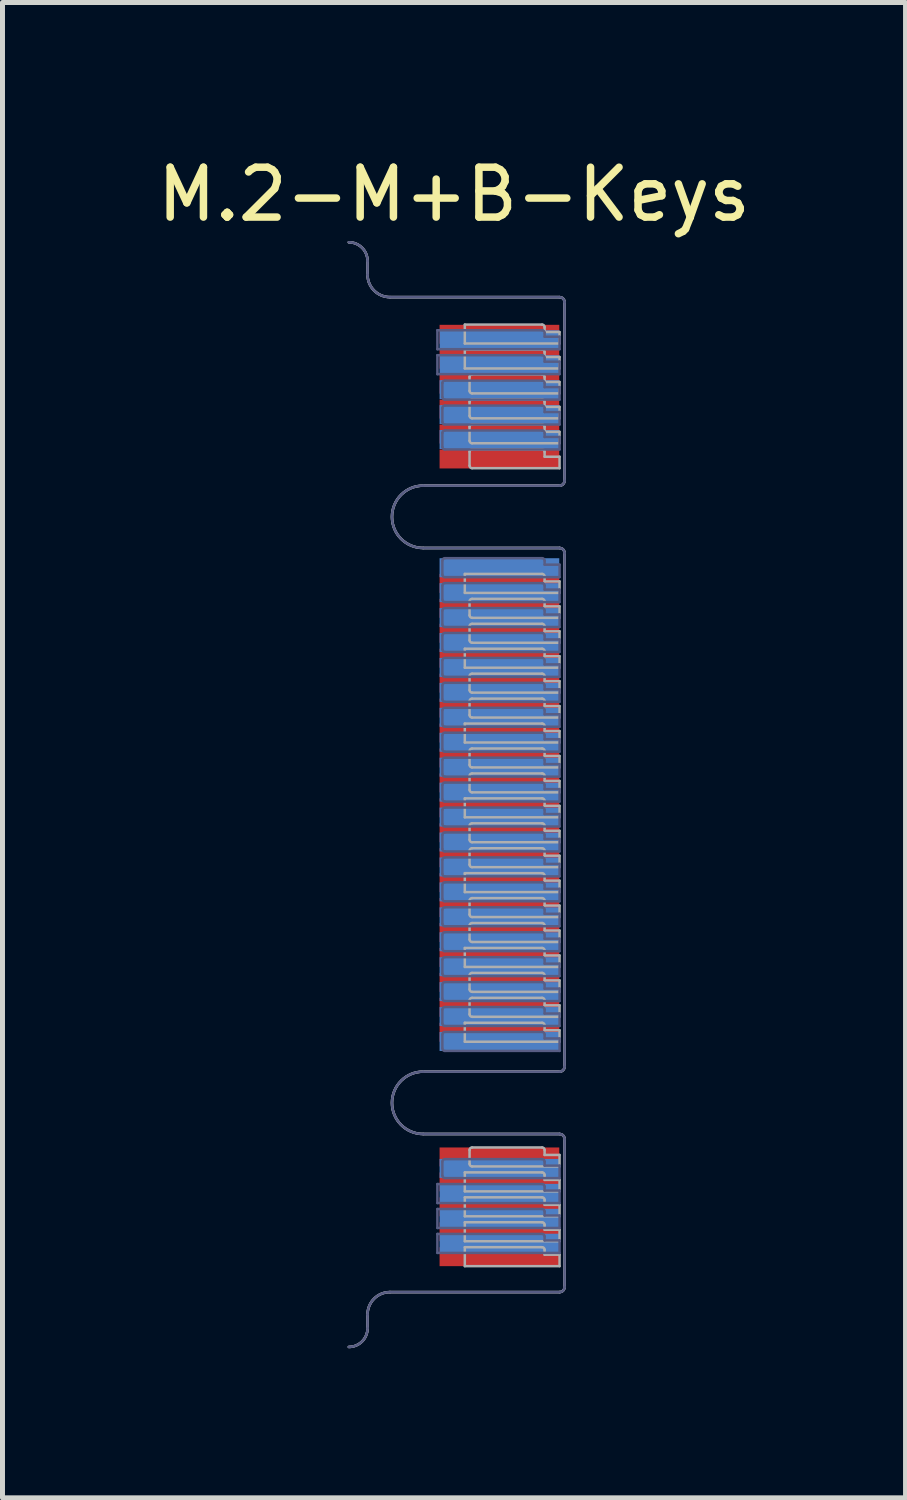
<source format=kicad_pcb>
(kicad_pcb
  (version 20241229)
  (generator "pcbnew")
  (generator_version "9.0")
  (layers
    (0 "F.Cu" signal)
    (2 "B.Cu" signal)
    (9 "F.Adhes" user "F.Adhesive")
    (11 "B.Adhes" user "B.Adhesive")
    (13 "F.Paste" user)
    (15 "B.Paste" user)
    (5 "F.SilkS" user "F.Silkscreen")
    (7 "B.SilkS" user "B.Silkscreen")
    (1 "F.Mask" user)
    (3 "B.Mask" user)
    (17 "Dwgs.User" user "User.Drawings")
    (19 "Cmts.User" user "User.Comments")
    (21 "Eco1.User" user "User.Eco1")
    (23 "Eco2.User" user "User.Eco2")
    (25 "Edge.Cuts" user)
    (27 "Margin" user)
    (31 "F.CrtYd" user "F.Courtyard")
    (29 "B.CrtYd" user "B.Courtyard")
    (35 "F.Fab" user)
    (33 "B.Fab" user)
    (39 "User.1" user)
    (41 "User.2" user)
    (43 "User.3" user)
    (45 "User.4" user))
  (footprint "M.2-M+B-Keys"
    (layer "F.Cu")
    (at 8.314 7.333)
    (property "Reference" "M.2-M+B-Keys" (at -2.261 -6.485 0) (layer "F.SilkS") (effects (font (size 1 1) (thickness 0.15))))
    (attr through_hole)
    (fp_line (start -3.994 -4.875) (end -3.994 -5.15) (stroke (width 0.05) (type solid)) (layer "B.Fab"))
    (fp_line (start -3.994 16.25) (end -3.994 15.975) (stroke (width 0.05) (type solid)) (layer "B.Fab"))
    (fp_line (start -3.544 15.525) (end -0.144 15.525) (stroke (width 0.05) (type solid)) (layer "B.Fab"))
    (fp_line (start -2.879 -0.645) (end -0.144 -0.645) (stroke (width 0.05) (type solid)) (layer "B.Fab"))
    (fp_line (start -2.879 11.105) (end -0.144 11.105) (stroke (width 0.05) (type solid)) (layer "B.Fab"))
    (fp_line (start -2.594 -3.761) (end -2.594 -3.381) (stroke (width 0.05) (type solid)) (layer "B.Fab"))
    (fp_line (start -2.594 -3.381) (end -0.144 -3.381) (stroke (width 0.05) (type solid)) (layer "B.Fab"))
    (fp_line (start -2.594 -3.261) (end -2.594 -2.881) (stroke (width 0.05) (type solid)) (layer "B.Fab"))
    (fp_line (start -2.594 -2.881) (end -0.144 -2.881) (stroke (width 0.05) (type solid)) (layer "B.Fab"))
    (fp_line (start -2.594 13.359) (end -2.594 13.739) (stroke (width 0.05) (type solid)) (layer "B.Fab"))
    (fp_line (start -2.594 13.739) (end -0.144 13.739) (stroke (width 0.05) (type solid)) (layer "B.Fab"))
    (fp_line (start -2.594 13.859) (end -2.594 14.239) (stroke (width 0.05) (type solid)) (layer "B.Fab"))
    (fp_line (start -2.594 14.239) (end -0.144 14.239) (stroke (width 0.05) (type solid)) (layer "B.Fab"))
    (fp_line (start -2.594 14.359) (end -2.594 14.739) (stroke (width 0.05) (type solid)) (layer "B.Fab"))
    (fp_line (start -2.594 14.739) (end -0.144 14.739) (stroke (width 0.05) (type solid)) (layer "B.Fab"))
    (fp_line (start -2.494 -2.421) (end -2.494 -2.701) (stroke (width 0.05) (type solid)) (layer "B.Fab"))
    (fp_line (start -2.494 -1.921) (end -2.494 -2.201) (stroke (width 0.05) (type solid)) (layer "B.Fab"))
    (fp_line (start -2.494 -1.421) (end -2.494 -1.701) (stroke (width 0.05) (type solid)) (layer "B.Fab"))
    (fp_line (start -2.494 1.139) (end -2.494 0.859) (stroke (width 0.05) (type solid)) (layer "B.Fab"))
    (fp_line (start -2.494 1.639) (end -2.494 1.359) (stroke (width 0.05) (type solid)) (layer "B.Fab"))
    (fp_line (start -2.494 2.139) (end -2.494 1.859) (stroke (width 0.05) (type solid)) (layer "B.Fab"))
    (fp_line (start -2.494 2.639) (end -2.494 2.359) (stroke (width 0.05) (type solid)) (layer "B.Fab"))
    (fp_line (start -2.494 3.139) (end -2.494 2.859) (stroke (width 0.05) (type solid)) (layer "B.Fab"))
    (fp_line (start -2.494 3.639) (end -2.494 3.359) (stroke (width 0.05) (type solid)) (layer "B.Fab"))
    (fp_line (start -2.494 4.139) (end -2.494 3.859) (stroke (width 0.05) (type solid)) (layer "B.Fab"))
    (fp_line (start -2.494 4.639) (end -2.494 4.359) (stroke (width 0.05) (type solid)) (layer "B.Fab"))
    (fp_line (start -2.494 5.139) (end -2.494 4.859) (stroke (width 0.05) (type solid)) (layer "B.Fab"))
    (fp_line (start -2.494 5.639) (end -2.494 5.359) (stroke (width 0.05) (type solid)) (layer "B.Fab"))
    (fp_line (start -2.494 6.139) (end -2.494 5.859) (stroke (width 0.05) (type solid)) (layer "B.Fab"))
    (fp_line (start -2.494 6.639) (end -2.494 6.359) (stroke (width 0.05) (type solid)) (layer "B.Fab"))
    (fp_line (start -2.494 7.139) (end -2.494 6.859) (stroke (width 0.05) (type solid)) (layer "B.Fab"))
    (fp_line (start -2.494 7.639) (end -2.494 7.359) (stroke (width 0.05) (type solid)) (layer "B.Fab"))
    (fp_line (start -2.494 8.139) (end -2.494 7.859) (stroke (width 0.05) (type solid)) (layer "B.Fab"))
    (fp_line (start -2.494 8.639) (end -2.494 8.359) (stroke (width 0.05) (type solid)) (layer "B.Fab"))
    (fp_line (start -2.494 9.139) (end -2.494 8.859) (stroke (width 0.05) (type solid)) (layer "B.Fab"))
    (fp_line (start -2.494 9.639) (end -2.494 9.359) (stroke (width 0.05) (type solid)) (layer "B.Fab"))
    (fp_line (start -2.494 10.139) (end -2.494 9.859) (stroke (width 0.05) (type solid)) (layer "B.Fab"))
    (fp_line (start -2.494 10.639) (end -2.494 10.359) (stroke (width 0.05) (type solid)) (layer "B.Fab"))
    (fp_line (start -2.494 13.189) (end -2.494 12.909) (stroke (width 0.05) (type solid)) (layer "B.Fab"))
    (fp_line (start -2.444 -2.751) (end -0.494 -2.751) (stroke (width 0.05) (type solid)) (layer "B.Fab"))
    (fp_line (start -2.444 -2.251) (end -0.494 -2.251) (stroke (width 0.05) (type solid)) (layer "B.Fab"))
    (fp_line (start -2.444 -1.751) (end -0.494 -1.751) (stroke (width 0.05) (type solid)) (layer "B.Fab"))
    (fp_line (start -2.444 0.809) (end -0.494 0.809) (stroke (width 0.05) (type solid)) (layer "B.Fab"))
    (fp_line (start -2.444 1.309) (end -0.494 1.309) (stroke (width 0.05) (type solid)) (layer "B.Fab"))
    (fp_line (start -2.444 1.809) (end -0.494 1.809) (stroke (width 0.05) (type solid)) (layer "B.Fab"))
    (fp_line (start -2.444 2.309) (end -0.494 2.309) (stroke (width 0.05) (type solid)) (layer "B.Fab"))
    (fp_line (start -2.444 2.809) (end -0.494 2.809) (stroke (width 0.05) (type solid)) (layer "B.Fab"))
    (fp_line (start -2.444 3.309) (end -0.494 3.309) (stroke (width 0.05) (type solid)) (layer "B.Fab"))
    (fp_line (start -2.444 3.809) (end -0.494 3.809) (stroke (width 0.05) (type solid)) (layer "B.Fab"))
    (fp_line (start -2.444 4.309) (end -0.494 4.309) (stroke (width 0.05) (type solid)) (layer "B.Fab"))
    (fp_line (start -2.444 4.809) (end -0.494 4.809) (stroke (width 0.05) (type solid)) (layer "B.Fab"))
    (fp_line (start -2.444 5.309) (end -0.494 5.309) (stroke (width 0.05) (type solid)) (layer "B.Fab"))
    (fp_line (start -2.444 5.809) (end -0.494 5.809) (stroke (width 0.05) (type solid)) (layer "B.Fab"))
    (fp_line (start -2.444 6.309) (end -0.494 6.309) (stroke (width 0.05) (type solid)) (layer "B.Fab"))
    (fp_line (start -2.444 6.809) (end -0.494 6.809) (stroke (width 0.05) (type solid)) (layer "B.Fab"))
    (fp_line (start -2.444 7.309) (end -0.494 7.309) (stroke (width 0.05) (type solid)) (layer "B.Fab"))
    (fp_line (start -2.444 7.809) (end -0.494 7.809) (stroke (width 0.05) (type solid)) (layer "B.Fab"))
    (fp_line (start -2.444 8.309) (end -0.494 8.309) (stroke (width 0.05) (type solid)) (layer "B.Fab"))
    (fp_line (start -2.444 8.809) (end -0.494 8.809) (stroke (width 0.05) (type solid)) (layer "B.Fab"))
    (fp_line (start -2.444 9.309) (end -0.494 9.309) (stroke (width 0.05) (type solid)) (layer "B.Fab"))
    (fp_line (start -2.444 9.809) (end -0.494 9.809) (stroke (width 0.05) (type solid)) (layer "B.Fab"))
    (fp_line (start -2.444 10.309) (end -0.494 10.309) (stroke (width 0.05) (type solid)) (layer "B.Fab"))
    (fp_line (start -2.444 12.859) (end -0.494 12.859) (stroke (width 0.05) (type solid)) (layer "B.Fab"))
    (fp_line (start -0.494 -3.761) (end -2.594 -3.761) (stroke (width 0.05) (type solid)) (layer "B.Fab"))
    (fp_line (start -0.494 -3.261) (end -2.594 -3.261) (stroke (width 0.05) (type solid)) (layer "B.Fab"))
    (fp_line (start -0.494 13.359) (end -2.594 13.359) (stroke (width 0.05) (type solid)) (layer "B.Fab"))
    (fp_line (start -0.494 13.859) (end -2.594 13.859) (stroke (width 0.05) (type solid)) (layer "B.Fab"))
    (fp_line (start -0.494 14.359) (end -2.594 14.359) (stroke (width 0.05) (type solid)) (layer "B.Fab"))
    (fp_line (start -0.444 -3.631) (end -0.444 -3.711) (stroke (width 0.05) (type solid)) (layer "B.Fab"))
    (fp_line (start -0.444 -3.131) (end -0.444 -3.211) (stroke (width 0.05) (type solid)) (layer "B.Fab"))
    (fp_line (start -0.444 -2.701) (end -0.444 -2.621) (stroke (width 0.05) (type solid)) (layer "B.Fab"))
    (fp_line (start -0.444 -2.621) (end -0.144 -2.621) (stroke (width 0.05) (type solid)) (layer "B.Fab"))
    (fp_line (start -0.444 -2.201) (end -0.444 -2.121) (stroke (width 0.05) (type solid)) (layer "B.Fab"))
    (fp_line (start -0.444 -2.121) (end -0.144 -2.121) (stroke (width 0.05) (type solid)) (layer "B.Fab"))
    (fp_line (start -0.444 -1.701) (end -0.444 -1.621) (stroke (width 0.05) (type solid)) (layer "B.Fab"))
    (fp_line (start -0.444 -1.621) (end -0.144 -1.621) (stroke (width 0.05) (type solid)) (layer "B.Fab"))
    (fp_line (start -0.444 0.859) (end -0.444 0.939) (stroke (width 0.05) (type solid)) (layer "B.Fab"))
    (fp_line (start -0.444 0.939) (end -0.144 0.939) (stroke (width 0.05) (type solid)) (layer "B.Fab"))
    (fp_line (start -0.444 1.359) (end -0.444 1.439) (stroke (width 0.05) (type solid)) (layer "B.Fab"))
    (fp_line (start -0.444 1.439) (end -0.144 1.439) (stroke (width 0.05) (type solid)) (layer "B.Fab"))
    (fp_line (start -0.444 1.859) (end -0.444 1.939) (stroke (width 0.05) (type solid)) (layer "B.Fab"))
    (fp_line (start -0.444 1.939) (end -0.144 1.939) (stroke (width 0.05) (type solid)) (layer "B.Fab"))
    (fp_line (start -0.444 2.359) (end -0.444 2.439) (stroke (width 0.05) (type solid)) (layer "B.Fab"))
    (fp_line (start -0.444 2.439) (end -0.144 2.439) (stroke (width 0.05) (type solid)) (layer "B.Fab"))
    (fp_line (start -0.444 2.859) (end -0.444 2.939) (stroke (width 0.05) (type solid)) (layer "B.Fab"))
    (fp_line (start -0.444 2.939) (end -0.144 2.939) (stroke (width 0.05) (type solid)) (layer "B.Fab"))
    (fp_line (start -0.444 3.359) (end -0.444 3.439) (stroke (width 0.05) (type solid)) (layer "B.Fab"))
    (fp_line (start -0.444 3.439) (end -0.144 3.439) (stroke (width 0.05) (type solid)) (layer "B.Fab"))
    (fp_line (start -0.444 3.859) (end -0.444 3.939) (stroke (width 0.05) (type solid)) (layer "B.Fab"))
    (fp_line (start -0.444 3.939) (end -0.144 3.939) (stroke (width 0.05) (type solid)) (layer "B.Fab"))
    (fp_line (start -0.444 4.359) (end -0.444 4.439) (stroke (width 0.05) (type solid)) (layer "B.Fab"))
    (fp_line (start -0.444 4.439) (end -0.144 4.439) (stroke (width 0.05) (type solid)) (layer "B.Fab"))
    (fp_line (start -0.444 4.859) (end -0.444 4.939) (stroke (width 0.05) (type solid)) (layer "B.Fab"))
    (fp_line (start -0.444 4.939) (end -0.144 4.939) (stroke (width 0.05) (type solid)) (layer "B.Fab"))
    (fp_line (start -0.444 5.359) (end -0.444 5.439) (stroke (width 0.05) (type solid)) (layer "B.Fab"))
    (fp_line (start -0.444 5.439) (end -0.144 5.439) (stroke (width 0.05) (type solid)) (layer "B.Fab"))
    (fp_line (start -0.444 5.859) (end -0.444 5.939) (stroke (width 0.05) (type solid)) (layer "B.Fab"))
    (fp_line (start -0.444 5.939) (end -0.144 5.939) (stroke (width 0.05) (type solid)) (layer "B.Fab"))
    (fp_line (start -0.444 6.359) (end -0.444 6.439) (stroke (width 0.05) (type solid)) (layer "B.Fab"))
    (fp_line (start -0.444 6.439) (end -0.144 6.439) (stroke (width 0.05) (type solid)) (layer "B.Fab"))
    (fp_line (start -0.444 6.859) (end -0.444 6.939) (stroke (width 0.05) (type solid)) (layer "B.Fab"))
    (fp_line (start -0.444 6.939) (end -0.144 6.939) (stroke (width 0.05) (type solid)) (layer "B.Fab"))
    (fp_line (start -0.444 7.359) (end -0.444 7.439) (stroke (width 0.05) (type solid)) (layer "B.Fab"))
    (fp_line (start -0.444 7.439) (end -0.144 7.439) (stroke (width 0.05) (type solid)) (layer "B.Fab"))
    (fp_line (start -0.444 7.859) (end -0.444 7.939) (stroke (width 0.05) (type solid)) (layer "B.Fab"))
    (fp_line (start -0.444 7.939) (end -0.144 7.939) (stroke (width 0.05) (type solid)) (layer "B.Fab"))
    (fp_line (start -0.444 8.359) (end -0.444 8.439) (stroke (width 0.05) (type solid)) (layer "B.Fab"))
    (fp_line (start -0.444 8.439) (end -0.144 8.439) (stroke (width 0.05) (type solid)) (layer "B.Fab"))
    (fp_line (start -0.444 8.859) (end -0.444 8.939) (stroke (width 0.05) (type solid)) (layer "B.Fab"))
    (fp_line (start -0.444 8.939) (end -0.144 8.939) (stroke (width 0.05) (type solid)) (layer "B.Fab"))
    (fp_line (start -0.444 9.359) (end -0.444 9.439) (stroke (width 0.05) (type solid)) (layer "B.Fab"))
    (fp_line (start -0.444 9.439) (end -0.144 9.439) (stroke (width 0.05) (type solid)) (layer "B.Fab"))
    (fp_line (start -0.444 9.859) (end -0.444 9.939) (stroke (width 0.05) (type solid)) (layer "B.Fab"))
    (fp_line (start -0.444 9.939) (end -0.144 9.939) (stroke (width 0.05) (type solid)) (layer "B.Fab"))
    (fp_line (start -0.444 10.359) (end -0.444 10.439) (stroke (width 0.05) (type solid)) (layer "B.Fab"))
    (fp_line (start -0.444 10.439) (end -0.144 10.439) (stroke (width 0.05) (type solid)) (layer "B.Fab"))
    (fp_line (start -0.444 12.909) (end -0.444 12.989) (stroke (width 0.05) (type solid)) (layer "B.Fab"))
    (fp_line (start -0.444 12.989) (end -0.144 12.989) (stroke (width 0.05) (type solid)) (layer "B.Fab"))
    (fp_line (start -0.444 13.489) (end -0.444 13.409) (stroke (width 0.05) (type solid)) (layer "B.Fab"))
    (fp_line (start -0.444 13.989) (end -0.444 13.909) (stroke (width 0.05) (type solid)) (layer "B.Fab"))
    (fp_line (start -0.444 14.489) (end -0.444 14.409) (stroke (width 0.05) (type solid)) (layer "B.Fab"))
    (fp_line (start -0.144 0.605) (end -2.879 0.605) (stroke (width 0.05) (type solid)) (layer "B.Fab"))
    (fp_line (start -0.144 12.355) (end -2.879 12.355) (stroke (width 0.05) (type solid)) (layer "B.Fab"))
    (fp_line (start -0.144 -4.425) (end -3.544 -4.425) (stroke (width 0.05) (type solid)) (layer "B.Fab"))
    (fp_line (start -0.144 -3.631) (end -0.444 -3.631) (stroke (width 0.05) (type solid)) (layer "B.Fab"))
    (fp_line (start -0.144 -3.381) (end -0.144 -3.631) (stroke (width 0.05) (type solid)) (layer "B.Fab"))
    (fp_line (start -0.144 -3.131) (end -0.444 -3.131) (stroke (width 0.05) (type solid)) (layer "B.Fab"))
    (fp_line (start -0.144 -2.881) (end -0.144 -3.131) (stroke (width 0.05) (type solid)) (layer "B.Fab"))
    (fp_line (start -0.144 -2.621) (end -0.144 -2.371) (stroke (width 0.05) (type solid)) (layer "B.Fab"))
    (fp_line (start -0.144 -2.371) (end -2.444 -2.371) (stroke (width 0.05) (type solid)) (layer "B.Fab"))
    (fp_line (start -0.144 -2.121) (end -0.144 -1.871) (stroke (width 0.05) (type solid)) (layer "B.Fab"))
    (fp_line (start -0.144 -1.871) (end -2.444 -1.871) (stroke (width 0.05) (type solid)) (layer "B.Fab"))
    (fp_line (start -0.144 -1.621) (end -0.144 -1.371) (stroke (width 0.05) (type solid)) (layer "B.Fab"))
    (fp_line (start -0.144 -1.371) (end -2.444 -1.371) (stroke (width 0.05) (type solid)) (layer "B.Fab"))
    (fp_line (start -0.144 0.939) (end -0.144 1.189) (stroke (width 0.05) (type solid)) (layer "B.Fab"))
    (fp_line (start -0.144 1.189) (end -2.444 1.189) (stroke (width 0.05) (type solid)) (layer "B.Fab"))
    (fp_line (start -0.144 1.439) (end -0.144 1.689) (stroke (width 0.05) (type solid)) (layer "B.Fab"))
    (fp_line (start -0.144 1.689) (end -2.444 1.689) (stroke (width 0.05) (type solid)) (layer "B.Fab"))
    (fp_line (start -0.144 1.939) (end -0.144 2.189) (stroke (width 0.05) (type solid)) (layer "B.Fab"))
    (fp_line (start -0.144 2.189) (end -2.444 2.189) (stroke (width 0.05) (type solid)) (layer "B.Fab"))
    (fp_line (start -0.144 2.439) (end -0.144 2.689) (stroke (width 0.05) (type solid)) (layer "B.Fab"))
    (fp_line (start -0.144 2.689) (end -2.444 2.689) (stroke (width 0.05) (type solid)) (layer "B.Fab"))
    (fp_line (start -0.144 2.939) (end -0.144 3.189) (stroke (width 0.05) (type solid)) (layer "B.Fab"))
    (fp_line (start -0.144 3.189) (end -2.444 3.189) (stroke (width 0.05) (type solid)) (layer "B.Fab"))
    (fp_line (start -0.144 3.439) (end -0.144 3.689) (stroke (width 0.05) (type solid)) (layer "B.Fab"))
    (fp_line (start -0.144 3.689) (end -2.444 3.689) (stroke (width 0.05) (type solid)) (layer "B.Fab"))
    (fp_line (start -0.144 3.939) (end -0.144 4.189) (stroke (width 0.05) (type solid)) (layer "B.Fab"))
    (fp_line (start -0.144 4.189) (end -2.444 4.189) (stroke (width 0.05) (type solid)) (layer "B.Fab"))
    (fp_line (start -0.144 4.439) (end -0.144 4.689) (stroke (width 0.05) (type solid)) (layer "B.Fab"))
    (fp_line (start -0.144 4.689) (end -2.444 4.689) (stroke (width 0.05) (type solid)) (layer "B.Fab"))
    (fp_line (start -0.144 4.939) (end -0.144 5.189) (stroke (width 0.05) (type solid)) (layer "B.Fab"))
    (fp_line (start -0.144 5.189) (end -2.444 5.189) (stroke (width 0.05) (type solid)) (layer "B.Fab"))
    (fp_line (start -0.144 5.439) (end -0.144 5.689) (stroke (width 0.05) (type solid)) (layer "B.Fab"))
    (fp_line (start -0.144 5.689) (end -2.444 5.689) (stroke (width 0.05) (type solid)) (layer "B.Fab"))
    (fp_line (start -0.144 5.939) (end -0.144 6.189) (stroke (width 0.05) (type solid)) (layer "B.Fab"))
    (fp_line (start -0.144 6.189) (end -2.444 6.189) (stroke (width 0.05) (type solid)) (layer "B.Fab"))
    (fp_line (start -0.144 6.439) (end -0.144 6.689) (stroke (width 0.05) (type solid)) (layer "B.Fab"))
    (fp_line (start -0.144 6.689) (end -2.444 6.689) (stroke (width 0.05) (type solid)) (layer "B.Fab"))
    (fp_line (start -0.144 6.939) (end -0.144 7.189) (stroke (width 0.05) (type solid)) (layer "B.Fab"))
    (fp_line (start -0.144 7.189) (end -2.444 7.189) (stroke (width 0.05) (type solid)) (layer "B.Fab"))
    (fp_line (start -0.144 7.439) (end -0.144 7.689) (stroke (width 0.05) (type solid)) (layer "B.Fab"))
    (fp_line (start -0.144 7.689) (end -2.444 7.689) (stroke (width 0.05) (type solid)) (layer "B.Fab"))
    (fp_line (start -0.144 7.939) (end -0.144 8.189) (stroke (width 0.05) (type solid)) (layer "B.Fab"))
    (fp_line (start -0.144 8.189) (end -2.444 8.189) (stroke (width 0.05) (type solid)) (layer "B.Fab"))
    (fp_line (start -0.144 8.439) (end -0.144 8.689) (stroke (width 0.05) (type solid)) (layer "B.Fab"))
    (fp_line (start -0.144 8.689) (end -2.444 8.689) (stroke (width 0.05) (type solid)) (layer "B.Fab"))
    (fp_line (start -0.144 8.939) (end -0.144 9.189) (stroke (width 0.05) (type solid)) (layer "B.Fab"))
    (fp_line (start -0.144 9.189) (end -2.444 9.189) (stroke (width 0.05) (type solid)) (layer "B.Fab"))
    (fp_line (start -0.144 9.439) (end -0.144 9.689) (stroke (width 0.05) (type solid)) (layer "B.Fab"))
    (fp_line (start -0.144 9.689) (end -2.444 9.689) (stroke (width 0.05) (type solid)) (layer "B.Fab"))
    (fp_line (start -0.144 9.939) (end -0.144 10.189) (stroke (width 0.05) (type solid)) (layer "B.Fab"))
    (fp_line (start -0.144 10.189) (end -2.444 10.189) (stroke (width 0.05) (type solid)) (layer "B.Fab"))
    (fp_line (start -0.144 10.439) (end -0.144 10.689) (stroke (width 0.05) (type solid)) (layer "B.Fab"))
    (fp_line (start -0.144 10.689) (end -2.444 10.689) (stroke (width 0.05) (type solid)) (layer "B.Fab"))
    (fp_line (start -0.144 12.989) (end -0.144 13.239) (stroke (width 0.05) (type solid)) (layer "B.Fab"))
    (fp_line (start -0.144 13.239) (end -2.444 13.239) (stroke (width 0.05) (type solid)) (layer "B.Fab"))
    (fp_line (start -0.144 13.489) (end -0.444 13.489) (stroke (width 0.05) (type solid)) (layer "B.Fab"))
    (fp_line (start -0.144 13.739) (end -0.144 13.489) (stroke (width 0.05) (type solid)) (layer "B.Fab"))
    (fp_line (start -0.144 13.989) (end -0.444 13.989) (stroke (width 0.05) (type solid)) (layer "B.Fab"))
    (fp_line (start -0.144 14.239) (end -0.144 13.989) (stroke (width 0.05) (type solid)) (layer "B.Fab"))
    (fp_line (start -0.144 14.489) (end -0.444 14.489) (stroke (width 0.05) (type solid)) (layer "B.Fab"))
    (fp_line (start -0.144 14.739) (end -0.144 14.489) (stroke (width 0.05) (type solid)) (layer "B.Fab"))
    (fp_line (start -0.044 -0.745) (end -0.044 -4.325) (stroke (width 0.05) (type solid)) (layer "B.Fab"))
    (fp_line (start -0.044 11.005) (end -0.044 0.705) (stroke (width 0.05) (type solid)) (layer "B.Fab"))
    (fp_line (start -0.044 15.425) (end -0.044 12.455) (stroke (width 0.05) (type solid)) (layer "B.Fab"))
    (fp_arc (start -4.3693 -5.5251) (mid -4.104135 -5.415265) (end -3.9943 -5.1501) (stroke (width 0.05) (type solid)) (layer "B.Fab"))
    (fp_arc (start -3.9943 15.974899) (mid -3.862498 15.656701) (end -3.5443 15.524899) (stroke (width 0.05) (type solid)) (layer "B.Fab"))
    (fp_arc (start -3.9943 16.2499) (mid -4.104135 16.515065) (end -4.3693 16.6249) (stroke (width 0.05) (type solid)) (layer "B.Fab"))
    (fp_arc (start -3.5443 -4.4251) (mid -3.862498 -4.556902) (end -3.9943 -4.8751) (stroke (width 0.05) (type solid)) (layer "B.Fab"))
    (fp_arc (start -2.879301 0.604901) (mid -3.504301 -0.020099) (end -2.879301 -0.645099) (stroke (width 0.05) (type solid)) (layer "B.Fab"))
    (fp_arc (start -2.8793 12.3549) (mid -3.5043 11.7299) (end -2.8793 11.1049) (stroke (width 0.05) (type solid)) (layer "B.Fab"))
    (fp_arc (start -2.4943 -2.70107) (mid -2.479655 -2.736425) (end -2.4443 -2.75107) (stroke (width 0.05) (type solid)) (layer "B.Fab"))
    (fp_arc (start -2.4943 -2.20107) (mid -2.479655 -2.236425) (end -2.4443 -2.25107) (stroke (width 0.05) (type solid)) (layer "B.Fab"))
    (fp_arc (start -2.4943 -1.70107) (mid -2.479655 -1.736425) (end -2.4443 -1.75107) (stroke (width 0.05) (type solid)) (layer "B.Fab"))
    (fp_arc (start -2.4943 0.85893) (mid -2.479655 0.823575) (end -2.4443 0.80893) (stroke (width 0.05) (type solid)) (layer "B.Fab"))
    (fp_arc (start -2.4943 1.35893) (mid -2.479655 1.323575) (end -2.4443 1.30893) (stroke (width 0.05) (type solid)) (layer "B.Fab"))
    (fp_arc (start -2.4943 1.85893) (mid -2.479655 1.823575) (end -2.4443 1.80893) (stroke (width 0.05) (type solid)) (layer "B.Fab"))
    (fp_arc (start -2.4943 2.35893) (mid -2.479655 2.323575) (end -2.4443 2.30893) (stroke (width 0.05) (type solid)) (layer "B.Fab"))
    (fp_arc (start -2.4943 2.85893) (mid -2.479655 2.823575) (end -2.4443 2.80893) (stroke (width 0.05) (type solid)) (layer "B.Fab"))
    (fp_arc (start -2.4943 3.35893) (mid -2.479655 3.323575) (end -2.4443 3.30893) (stroke (width 0.05) (type solid)) (layer "B.Fab"))
    (fp_arc (start -2.4943 3.85893) (mid -2.479655 3.823575) (end -2.4443 3.80893) (stroke (width 0.05) (type solid)) (layer "B.Fab"))
    (fp_arc (start -2.4943 4.35893) (mid -2.479655 4.323575) (end -2.4443 4.30893) (stroke (width 0.05) (type solid)) (layer "B.Fab"))
    (fp_arc (start -2.4943 4.85893) (mid -2.479655 4.823575) (end -2.4443 4.80893) (stroke (width 0.05) (type solid)) (layer "B.Fab"))
    (fp_arc (start -2.4943 5.35893) (mid -2.479655 5.323575) (end -2.4443 5.30893) (stroke (width 0.05) (type solid)) (layer "B.Fab"))
    (fp_arc (start -2.4943 5.858929) (mid -2.479655 5.823574) (end -2.4443 5.808929) (stroke (width 0.05) (type solid)) (layer "B.Fab"))
    (fp_arc (start -2.4943 6.358929) (mid -2.479655 6.323574) (end -2.4443 6.308929) (stroke (width 0.05) (type solid)) (layer "B.Fab"))
    (fp_arc (start -2.4943 6.858929) (mid -2.479655 6.823574) (end -2.4443 6.808929) (stroke (width 0.05) (type solid)) (layer "B.Fab"))
    (fp_arc (start -2.4943 7.358929) (mid -2.479655 7.323574) (end -2.4443 7.308929) (stroke (width 0.05) (type solid)) (layer "B.Fab"))
    (fp_arc (start -2.4943 7.858929) (mid -2.479655 7.823574) (end -2.4443 7.808929) (stroke (width 0.05) (type solid)) (layer "B.Fab"))
    (fp_arc (start -2.4943 8.358929) (mid -2.479655 8.323574) (end -2.4443 8.308929) (stroke (width 0.05) (type solid)) (layer "B.Fab"))
    (fp_arc (start -2.4943 8.858929) (mid -2.479655 8.823574) (end -2.4443 8.808929) (stroke (width 0.05) (type solid)) (layer "B.Fab"))
    (fp_arc (start -2.4943 9.358929) (mid -2.479655 9.323574) (end -2.4443 9.308929) (stroke (width 0.05) (type solid)) (layer "B.Fab"))
    (fp_arc (start -2.4943 9.858929) (mid -2.479655 9.823574) (end -2.4443 9.808929) (stroke (width 0.05) (type solid)) (layer "B.Fab"))
    (fp_arc (start -2.4943 10.358929) (mid -2.479655 10.323574) (end -2.4443 10.308929) (stroke (width 0.05) (type solid)) (layer "B.Fab"))
    (fp_arc (start -2.4943 12.908929) (mid -2.479655 12.873574) (end -2.4443 12.858929) (stroke (width 0.05) (type solid)) (layer "B.Fab"))
    (fp_arc (start -2.4443 -2.37107) (mid -2.479655 -2.385715) (end -2.4943 -2.42107) (stroke (width 0.05) (type solid)) (layer "B.Fab"))
    (fp_arc (start -2.4443 -1.87107) (mid -2.479655 -1.885715) (end -2.4943 -1.92107) (stroke (width 0.05) (type solid)) (layer "B.Fab"))
    (fp_arc (start -2.4443 -1.37107) (mid -2.479655 -1.385715) (end -2.4943 -1.42107) (stroke (width 0.05) (type solid)) (layer "B.Fab"))
    (fp_arc (start -2.4443 1.18893) (mid -2.479655 1.174285) (end -2.4943 1.13893) (stroke (width 0.05) (type solid)) (layer "B.Fab"))
    (fp_arc (start -2.4443 1.68893) (mid -2.479655 1.674285) (end -2.4943 1.63893) (stroke (width 0.05) (type solid)) (layer "B.Fab"))
    (fp_arc (start -2.4443 2.18893) (mid -2.479655 2.174285) (end -2.4943 2.13893) (stroke (width 0.05) (type solid)) (layer "B.Fab"))
    (fp_arc (start -2.4443 2.68893) (mid -2.479655 2.674285) (end -2.4943 2.63893) (stroke (width 0.05) (type solid)) (layer "B.Fab"))
    (fp_arc (start -2.4443 3.18893) (mid -2.479655 3.174285) (end -2.4943 3.13893) (stroke (width 0.05) (type solid)) (layer "B.Fab"))
    (fp_arc (start -2.4443 3.68893) (mid -2.479655 3.674285) (end -2.4943 3.63893) (stroke (width 0.05) (type solid)) (layer "B.Fab"))
    (fp_arc (start -2.4443 4.18893) (mid -2.479655 4.174285) (end -2.4943 4.13893) (stroke (width 0.05) (type solid)) (layer "B.Fab"))
    (fp_arc (start -2.4443 4.68893) (mid -2.479655 4.674285) (end -2.4943 4.63893) (stroke (width 0.05) (type solid)) (layer "B.Fab"))
    (fp_arc (start -2.4443 5.18893) (mid -2.479655 5.174285) (end -2.4943 5.13893) (stroke (width 0.05) (type solid)) (layer "B.Fab"))
    (fp_arc (start -2.4443 5.688929) (mid -2.479655 5.674284) (end -2.4943 5.638929) (stroke (width 0.05) (type solid)) (layer "B.Fab"))
    (fp_arc (start -2.4443 6.188929) (mid -2.479655 6.174284) (end -2.4943 6.138929) (stroke (width 0.05) (type solid)) (layer "B.Fab"))
    (fp_arc (start -2.4443 6.688929) (mid -2.479655 6.674284) (end -2.4943 6.638929) (stroke (width 0.05) (type solid)) (layer "B.Fab"))
    (fp_arc (start -2.4443 7.188929) (mid -2.479655 7.174284) (end -2.4943 7.138929) (stroke (width 0.05) (type solid)) (layer "B.Fab"))
    (fp_arc (start -2.4443 7.688929) (mid -2.479655 7.674284) (end -2.4943 7.638929) (stroke (width 0.05) (type solid)) (layer "B.Fab"))
    (fp_arc (start -2.4443 8.188929) (mid -2.479655 8.174284) (end -2.4943 8.138929) (stroke (width 0.05) (type solid)) (layer "B.Fab"))
    (fp_arc (start -2.4443 8.688929) (mid -2.479655 8.674284) (end -2.4943 8.638929) (stroke (width 0.05) (type solid)) (layer "B.Fab"))
    (fp_arc (start -2.4443 9.188929) (mid -2.479655 9.174284) (end -2.4943 9.138929) (stroke (width 0.05) (type solid)) (layer "B.Fab"))
    (fp_arc (start -2.4443 9.688929) (mid -2.479655 9.674284) (end -2.4943 9.638929) (stroke (width 0.05) (type solid)) (layer "B.Fab"))
    (fp_arc (start -2.4443 10.188929) (mid -2.479655 10.174284) (end -2.4943 10.138929) (stroke (width 0.05) (type solid)) (layer "B.Fab"))
    (fp_arc (start -2.4443 10.688929) (mid -2.479655 10.674284) (end -2.4943 10.638929) (stroke (width 0.05) (type solid)) (layer "B.Fab"))
    (fp_arc (start -2.4443 13.238929) (mid -2.479655 13.224284) (end -2.4943 13.188929) (stroke (width 0.05) (type solid)) (layer "B.Fab"))
    (fp_arc (start -0.4943 -3.76107) (mid -0.458945 -3.746425) (end -0.4443 -3.71107) (stroke (width 0.05) (type solid)) (layer "B.Fab"))
    (fp_arc (start -0.4943 -3.26107) (mid -0.458945 -3.246425) (end -0.4443 -3.21107) (stroke (width 0.05) (type solid)) (layer "B.Fab"))
    (fp_arc (start -0.4943 -2.75107) (mid -0.458945 -2.736425) (end -0.4443 -2.70107) (stroke (width 0.05) (type solid)) (layer "B.Fab"))
    (fp_arc (start -0.4943 -2.25107) (mid -0.458945 -2.236425) (end -0.4443 -2.20107) (stroke (width 0.05) (type solid)) (layer "B.Fab"))
    (fp_arc (start -0.4943 -1.75107) (mid -0.458945 -1.736425) (end -0.4443 -1.70107) (stroke (width 0.05) (type solid)) (layer "B.Fab"))
    (fp_arc (start -0.4943 0.80893) (mid -0.458945 0.823575) (end -0.4443 0.85893) (stroke (width 0.05) (type solid)) (layer "B.Fab"))
    (fp_arc (start -0.4943 1.30893) (mid -0.458945 1.323575) (end -0.4443 1.35893) (stroke (width 0.05) (type solid)) (layer "B.Fab"))
    (fp_arc (start -0.4943 1.80893) (mid -0.458945 1.823575) (end -0.4443 1.85893) (stroke (width 0.05) (type solid)) (layer "B.Fab"))
    (fp_arc (start -0.4943 2.30893) (mid -0.458945 2.323575) (end -0.4443 2.35893) (stroke (width 0.05) (type solid)) (layer "B.Fab"))
    (fp_arc (start -0.4943 2.80893) (mid -0.458945 2.823575) (end -0.4443 2.85893) (stroke (width 0.05) (type solid)) (layer "B.Fab"))
    (fp_arc (start -0.4943 3.30893) (mid -0.458945 3.323575) (end -0.4443 3.35893) (stroke (width 0.05) (type solid)) (layer "B.Fab"))
    (fp_arc (start -0.4943 3.80893) (mid -0.458945 3.823575) (end -0.4443 3.85893) (stroke (width 0.05) (type solid)) (layer "B.Fab"))
    (fp_arc (start -0.4943 4.30893) (mid -0.458945 4.323575) (end -0.4443 4.35893) (stroke (width 0.05) (type solid)) (layer "B.Fab"))
    (fp_arc (start -0.4943 4.80893) (mid -0.458945 4.823575) (end -0.4443 4.85893) (stroke (width 0.05) (type solid)) (layer "B.Fab"))
    (fp_arc (start -0.4943 5.30893) (mid -0.458945 5.323575) (end -0.4443 5.35893) (stroke (width 0.05) (type solid)) (layer "B.Fab"))
    (fp_arc (start -0.4943 5.808929) (mid -0.458945 5.823574) (end -0.4443 5.858929) (stroke (width 0.05) (type solid)) (layer "B.Fab"))
    (fp_arc (start -0.4943 6.308929) (mid -0.458945 6.323574) (end -0.4443 6.358929) (stroke (width 0.05) (type solid)) (layer "B.Fab"))
    (fp_arc (start -0.4943 6.808929) (mid -0.458945 6.823574) (end -0.4443 6.858929) (stroke (width 0.05) (type solid)) (layer "B.Fab"))
    (fp_arc (start -0.4943 7.308929) (mid -0.458945 7.323574) (end -0.4443 7.358929) (stroke (width 0.05) (type solid)) (layer "B.Fab"))
    (fp_arc (start -0.4943 7.808929) (mid -0.458945 7.823574) (end -0.4443 7.858929) (stroke (width 0.05) (type solid)) (layer "B.Fab"))
    (fp_arc (start -0.4943 8.308929) (mid -0.458945 8.323574) (end -0.4443 8.358929) (stroke (width 0.05) (type solid)) (layer "B.Fab"))
    (fp_arc (start -0.4943 8.808929) (mid -0.458945 8.823574) (end -0.4443 8.858929) (stroke (width 0.05) (type solid)) (layer "B.Fab"))
    (fp_arc (start -0.4943 9.308929) (mid -0.458945 9.323574) (end -0.4443 9.358929) (stroke (width 0.05) (type solid)) (layer "B.Fab"))
    (fp_arc (start -0.4943 9.808929) (mid -0.458945 9.823574) (end -0.4443 9.858929) (stroke (width 0.05) (type solid)) (layer "B.Fab"))
    (fp_arc (start -0.4943 10.308929) (mid -0.458945 10.323574) (end -0.4443 10.358929) (stroke (width 0.05) (type solid)) (layer "B.Fab"))
    (fp_arc (start -0.4943 12.858929) (mid -0.458945 12.873574) (end -0.4443 12.908929) (stroke (width 0.05) (type solid)) (layer "B.Fab"))
    (fp_arc (start -0.4943 13.358929) (mid -0.458945 13.373574) (end -0.4443 13.408929) (stroke (width 0.05) (type solid)) (layer "B.Fab"))
    (fp_arc (start -0.4943 13.858929) (mid -0.458945 13.873574) (end -0.4443 13.908929) (stroke (width 0.05) (type solid)) (layer "B.Fab"))
    (fp_arc (start -0.4943 14.358929) (mid -0.458945 14.373574) (end -0.4443 14.408929) (stroke (width 0.05) (type solid)) (layer "B.Fab"))
    (fp_arc (start -0.144301 0.604901) (mid -0.07359 0.63419) (end -0.044301 0.704901) (stroke (width 0.05) (type solid)) (layer "B.Fab"))
    (fp_arc (start -0.1443 -4.4251) (mid -0.073589 -4.395811) (end -0.0443 -4.3251) (stroke (width 0.05) (type solid)) (layer "B.Fab"))
    (fp_arc (start -0.1443 12.354901) (mid -0.07359 12.38419) (end -0.044301 12.4549) (stroke (width 0.05) (type solid)) (layer "B.Fab"))
    (fp_arc (start -0.044301 -0.745099) (mid -0.07359 -0.674388) (end -0.144301 -0.645099) (stroke (width 0.05) (type solid)) (layer "B.Fab"))
    (fp_arc (start -0.044301 11.004901) (mid -0.073591 11.075611) (end -0.144301 11.104899) (stroke (width 0.05) (type solid)) (layer "B.Fab"))
    (fp_arc (start -0.044299 15.424899) (mid -0.073589 15.49561) (end -0.1443 15.5249) (stroke (width 0.05) (type solid)) (layer "B.Fab"))
    (fp_line (start -3.994 -4.875) (end -3.994 -5.15) (stroke (width 0.05) (type solid)) (layer "F.Fab"))
    (fp_line (start -3.994 -4.875) (end -3.994 -5.15) (stroke (width 0.05) (type solid)) (layer "F.Fab"))
    (fp_line (start -3.994 16.25) (end -3.994 15.975) (stroke (width 0.05) (type solid)) (layer "F.Fab"))
    (fp_line (start -3.994 16.25) (end -3.994 15.975) (stroke (width 0.05) (type solid)) (layer "F.Fab"))
    (fp_line (start -3.544 15.525) (end -0.144 15.525) (stroke (width 0.05) (type solid)) (layer "F.Fab"))
    (fp_line (start -3.544 15.525) (end -0.144 15.525) (stroke (width 0.05) (type solid)) (layer "F.Fab"))
    (fp_line (start -2.879 -0.645) (end -0.144 -0.645) (stroke (width 0.05) (type solid)) (layer "F.Fab"))
    (fp_line (start -2.879 -0.645) (end -0.144 -0.645) (stroke (width 0.05) (type solid)) (layer "F.Fab"))
    (fp_line (start -2.879 11.105) (end -0.144 11.105) (stroke (width 0.05) (type solid)) (layer "F.Fab"))
    (fp_line (start -2.879 11.105) (end -0.144 11.105) (stroke (width 0.05) (type solid)) (layer "F.Fab"))
    (fp_line (start -2.044 -3.875) (end -0.494 -3.875) (stroke (width 0.05) (type solid)) (layer "F.Fab"))
    (fp_line (start -2.044 -3.495) (end -2.044 -3.875) (stroke (width 0.05) (type solid)) (layer "F.Fab"))
    (fp_line (start -2.044 -3.375) (end -0.494 -3.375) (stroke (width 0.05) (type solid)) (layer "F.Fab"))
    (fp_line (start -2.044 -2.995) (end -2.044 -3.375) (stroke (width 0.05) (type solid)) (layer "F.Fab"))
    (fp_line (start -2.044 1.125) (end -0.494 1.125) (stroke (width 0.05) (type solid)) (layer "F.Fab"))
    (fp_line (start -2.044 1.505) (end -2.044 1.125) (stroke (width 0.05) (type solid)) (layer "F.Fab"))
    (fp_line (start -2.044 2.625) (end -0.494 2.625) (stroke (width 0.05) (type solid)) (layer "F.Fab"))
    (fp_line (start -2.044 3.005) (end -2.044 2.625) (stroke (width 0.05) (type solid)) (layer "F.Fab"))
    (fp_line (start -2.044 4.125) (end -0.494 4.125) (stroke (width 0.05) (type solid)) (layer "F.Fab"))
    (fp_line (start -2.044 4.505) (end -2.044 4.125) (stroke (width 0.05) (type solid)) (layer "F.Fab"))
    (fp_line (start -2.044 5.625) (end -0.494 5.625) (stroke (width 0.05) (type solid)) (layer "F.Fab"))
    (fp_line (start -2.044 6.005) (end -2.044 5.625) (stroke (width 0.05) (type solid)) (layer "F.Fab"))
    (fp_line (start -2.044 7.125) (end -0.494 7.125) (stroke (width 0.05) (type solid)) (layer "F.Fab"))
    (fp_line (start -2.044 7.505) (end -2.044 7.125) (stroke (width 0.05) (type solid)) (layer "F.Fab"))
    (fp_line (start -2.044 8.625) (end -0.494 8.625) (stroke (width 0.05) (type solid)) (layer "F.Fab"))
    (fp_line (start -2.044 9.005) (end -2.044 8.625) (stroke (width 0.05) (type solid)) (layer "F.Fab"))
    (fp_line (start -2.044 10.125) (end -0.494 10.125) (stroke (width 0.05) (type solid)) (layer "F.Fab"))
    (fp_line (start -2.044 10.505) (end -2.044 10.125) (stroke (width 0.05) (type solid)) (layer "F.Fab"))
    (fp_line (start -2.044 13.125) (end -0.494 13.125) (stroke (width 0.05) (type solid)) (layer "F.Fab"))
    (fp_line (start -2.044 13.505) (end -2.044 13.125) (stroke (width 0.05) (type solid)) (layer "F.Fab"))
    (fp_line (start -2.044 13.625) (end -0.494 13.625) (stroke (width 0.05) (type solid)) (layer "F.Fab"))
    (fp_line (start -2.044 14.005) (end -2.044 13.625) (stroke (width 0.05) (type solid)) (layer "F.Fab"))
    (fp_line (start -2.044 14.125) (end -0.494 14.125) (stroke (width 0.05) (type solid)) (layer "F.Fab"))
    (fp_line (start -2.044 14.505) (end -2.044 14.125) (stroke (width 0.05) (type solid)) (layer "F.Fab"))
    (fp_line (start -2.044 14.625) (end -0.494 14.625) (stroke (width 0.05) (type solid)) (layer "F.Fab"))
    (fp_line (start -2.044 15.005) (end -2.044 14.625) (stroke (width 0.05) (type solid)) (layer "F.Fab"))
    (fp_line (start -1.949 -2.545) (end -1.949 -2.825) (stroke (width 0.05) (type solid)) (layer "F.Fab"))
    (fp_line (start -1.949 -2.045) (end -1.949 -2.325) (stroke (width 0.05) (type solid)) (layer "F.Fab"))
    (fp_line (start -1.949 -1.545) (end -1.949 -1.825) (stroke (width 0.05) (type solid)) (layer "F.Fab"))
    (fp_line (start -1.949 -1.045) (end -1.949 -1.325) (stroke (width 0.05) (type solid)) (layer "F.Fab"))
    (fp_line (start -1.949 1.955) (end -1.949 1.675) (stroke (width 0.05) (type solid)) (layer "F.Fab"))
    (fp_line (start -1.949 2.455) (end -1.949 2.175) (stroke (width 0.05) (type solid)) (layer "F.Fab"))
    (fp_line (start -1.949 3.455) (end -1.949 3.175) (stroke (width 0.05) (type solid)) (layer "F.Fab"))
    (fp_line (start -1.949 3.955) (end -1.949 3.675) (stroke (width 0.05) (type solid)) (layer "F.Fab"))
    (fp_line (start -1.949 4.955) (end -1.949 4.675) (stroke (width 0.05) (type solid)) (layer "F.Fab"))
    (fp_line (start -1.949 5.455) (end -1.949 5.175) (stroke (width 0.05) (type solid)) (layer "F.Fab"))
    (fp_line (start -1.949 6.455) (end -1.949 6.175) (stroke (width 0.05) (type solid)) (layer "F.Fab"))
    (fp_line (start -1.949 6.955) (end -1.949 6.675) (stroke (width 0.05) (type solid)) (layer "F.Fab"))
    (fp_line (start -1.949 7.955) (end -1.949 7.675) (stroke (width 0.05) (type solid)) (layer "F.Fab"))
    (fp_line (start -1.949 8.455) (end -1.949 8.175) (stroke (width 0.05) (type solid)) (layer "F.Fab"))
    (fp_line (start -1.949 9.455) (end -1.949 9.175) (stroke (width 0.05) (type solid)) (layer "F.Fab"))
    (fp_line (start -1.949 9.955) (end -1.949 9.675) (stroke (width 0.05) (type solid)) (layer "F.Fab"))
    (fp_line (start -1.949 12.955) (end -1.949 12.675) (stroke (width 0.05) (type solid)) (layer "F.Fab"))
    (fp_line (start -1.899 -2.875) (end -0.494 -2.875) (stroke (width 0.05) (type solid)) (layer "F.Fab"))
    (fp_line (start -1.899 -2.375) (end -0.494 -2.375) (stroke (width 0.05) (type solid)) (layer "F.Fab"))
    (fp_line (start -1.899 -1.875) (end -0.494 -1.875) (stroke (width 0.05) (type solid)) (layer "F.Fab"))
    (fp_line (start -1.899 -1.375) (end -0.494 -1.375) (stroke (width 0.05) (type solid)) (layer "F.Fab"))
    (fp_line (start -1.899 1.625) (end -0.494 1.625) (stroke (width 0.05) (type solid)) (layer "F.Fab"))
    (fp_line (start -1.899 2.125) (end -0.494 2.125) (stroke (width 0.05) (type solid)) (layer "F.Fab"))
    (fp_line (start -1.899 3.125) (end -0.494 3.125) (stroke (width 0.05) (type solid)) (layer "F.Fab"))
    (fp_line (start -1.899 3.625) (end -0.494 3.625) (stroke (width 0.05) (type solid)) (layer "F.Fab"))
    (fp_line (start -1.899 4.625) (end -0.494 4.625) (stroke (width 0.05) (type solid)) (layer "F.Fab"))
    (fp_line (start -1.899 5.125) (end -0.494 5.125) (stroke (width 0.05) (type solid)) (layer "F.Fab"))
    (fp_line (start -1.899 6.125) (end -0.494 6.125) (stroke (width 0.05) (type solid)) (layer "F.Fab"))
    (fp_line (start -1.899 6.625) (end -0.494 6.625) (stroke (width 0.05) (type solid)) (layer "F.Fab"))
    (fp_line (start -1.899 7.625) (end -0.494 7.625) (stroke (width 0.05) (type solid)) (layer "F.Fab"))
    (fp_line (start -1.899 8.125) (end -0.494 8.125) (stroke (width 0.05) (type solid)) (layer "F.Fab"))
    (fp_line (start -1.899 9.125) (end -0.494 9.125) (stroke (width 0.05) (type solid)) (layer "F.Fab"))
    (fp_line (start -1.899 9.625) (end -0.494 9.625) (stroke (width 0.05) (type solid)) (layer "F.Fab"))
    (fp_line (start -1.899 12.625) (end -0.494 12.625) (stroke (width 0.05) (type solid)) (layer "F.Fab"))
    (fp_line (start -0.444 -3.825) (end -0.444 -3.725) (stroke (width 0.05) (type solid)) (layer "F.Fab"))
    (fp_line (start -0.444 -3.725) (end -0.144 -3.725) (stroke (width 0.05) (type solid)) (layer "F.Fab"))
    (fp_line (start -0.444 -3.325) (end -0.444 -3.225) (stroke (width 0.05) (type solid)) (layer "F.Fab"))
    (fp_line (start -0.444 -3.225) (end -0.144 -3.225) (stroke (width 0.05) (type solid)) (layer "F.Fab"))
    (fp_line (start -0.444 -2.825) (end -0.444 -2.725) (stroke (width 0.05) (type solid)) (layer "F.Fab"))
    (fp_line (start -0.444 -2.725) (end -0.144 -2.725) (stroke (width 0.05) (type solid)) (layer "F.Fab"))
    (fp_line (start -0.444 -2.325) (end -0.444 -2.225) (stroke (width 0.05) (type solid)) (layer "F.Fab"))
    (fp_line (start -0.444 -2.225) (end -0.144 -2.225) (stroke (width 0.05) (type solid)) (layer "F.Fab"))
    (fp_line (start -0.444 -1.825) (end -0.444 -1.725) (stroke (width 0.05) (type solid)) (layer "F.Fab"))
    (fp_line (start -0.444 -1.725) (end -0.144 -1.725) (stroke (width 0.05) (type solid)) (layer "F.Fab"))
    (fp_line (start -0.444 -1.325) (end -0.444 -1.225) (stroke (width 0.05) (type solid)) (layer "F.Fab"))
    (fp_line (start -0.444 -1.225) (end -0.144 -1.225) (stroke (width 0.05) (type solid)) (layer "F.Fab"))
    (fp_line (start -0.444 1.175) (end -0.444 1.275) (stroke (width 0.05) (type solid)) (layer "F.Fab"))
    (fp_line (start -0.444 1.275) (end -0.144 1.275) (stroke (width 0.05) (type solid)) (layer "F.Fab"))
    (fp_line (start -0.444 1.675) (end -0.444 1.775) (stroke (width 0.05) (type solid)) (layer "F.Fab"))
    (fp_line (start -0.444 1.775) (end -0.144 1.775) (stroke (width 0.05) (type solid)) (layer "F.Fab"))
    (fp_line (start -0.444 2.175) (end -0.444 2.275) (stroke (width 0.05) (type solid)) (layer "F.Fab"))
    (fp_line (start -0.444 2.275) (end -0.144 2.275) (stroke (width 0.05) (type solid)) (layer "F.Fab"))
    (fp_line (start -0.444 2.675) (end -0.444 2.775) (stroke (width 0.05) (type solid)) (layer "F.Fab"))
    (fp_line (start -0.444 2.775) (end -0.144 2.775) (stroke (width 0.05) (type solid)) (layer "F.Fab"))
    (fp_line (start -0.444 3.175) (end -0.444 3.275) (stroke (width 0.05) (type solid)) (layer "F.Fab"))
    (fp_line (start -0.444 3.275) (end -0.144 3.275) (stroke (width 0.05) (type solid)) (layer "F.Fab"))
    (fp_line (start -0.444 3.675) (end -0.444 3.775) (stroke (width 0.05) (type solid)) (layer "F.Fab"))
    (fp_line (start -0.444 3.775) (end -0.144 3.775) (stroke (width 0.05) (type solid)) (layer "F.Fab"))
    (fp_line (start -0.444 4.175) (end -0.444 4.275) (stroke (width 0.05) (type solid)) (layer "F.Fab"))
    (fp_line (start -0.444 4.275) (end -0.144 4.275) (stroke (width 0.05) (type solid)) (layer "F.Fab"))
    (fp_line (start -0.444 4.675) (end -0.444 4.775) (stroke (width 0.05) (type solid)) (layer "F.Fab"))
    (fp_line (start -0.444 4.775) (end -0.144 4.775) (stroke (width 0.05) (type solid)) (layer "F.Fab"))
    (fp_line (start -0.444 5.175) (end -0.444 5.275) (stroke (width 0.05) (type solid)) (layer "F.Fab"))
    (fp_line (start -0.444 5.275) (end -0.144 5.275) (stroke (width 0.05) (type solid)) (layer "F.Fab"))
    (fp_line (start -0.444 5.675) (end -0.444 5.775) (stroke (width 0.05) (type solid)) (layer "F.Fab"))
    (fp_line (start -0.444 5.775) (end -0.144 5.775) (stroke (width 0.05) (type solid)) (layer "F.Fab"))
    (fp_line (start -0.444 6.175) (end -0.444 6.275) (stroke (width 0.05) (type solid)) (layer "F.Fab"))
    (fp_line (start -0.444 6.275) (end -0.144 6.275) (stroke (width 0.05) (type solid)) (layer "F.Fab"))
    (fp_line (start -0.444 6.675) (end -0.444 6.775) (stroke (width 0.05) (type solid)) (layer "F.Fab"))
    (fp_line (start -0.444 6.775) (end -0.144 6.775) (stroke (width 0.05) (type solid)) (layer "F.Fab"))
    (fp_line (start -0.444 7.175) (end -0.444 7.275) (stroke (width 0.05) (type solid)) (layer "F.Fab"))
    (fp_line (start -0.444 7.275) (end -0.144 7.275) (stroke (width 0.05) (type solid)) (layer "F.Fab"))
    (fp_line (start -0.444 7.675) (end -0.444 7.775) (stroke (width 0.05) (type solid)) (layer "F.Fab"))
    (fp_line (start -0.444 7.775) (end -0.144 7.775) (stroke (width 0.05) (type solid)) (layer "F.Fab"))
    (fp_line (start -0.444 8.175) (end -0.444 8.275) (stroke (width 0.05) (type solid)) (layer "F.Fab"))
    (fp_line (start -0.444 8.275) (end -0.144 8.275) (stroke (width 0.05) (type solid)) (layer "F.Fab"))
    (fp_line (start -0.444 8.675) (end -0.444 8.775) (stroke (width 0.05) (type solid)) (layer "F.Fab"))
    (fp_line (start -0.444 8.775) (end -0.144 8.775) (stroke (width 0.05) (type solid)) (layer "F.Fab"))
    (fp_line (start -0.444 9.175) (end -0.444 9.275) (stroke (width 0.05) (type solid)) (layer "F.Fab"))
    (fp_line (start -0.444 9.275) (end -0.144 9.275) (stroke (width 0.05) (type solid)) (layer "F.Fab"))
    (fp_line (start -0.444 9.675) (end -0.444 9.775) (stroke (width 0.05) (type solid)) (layer "F.Fab"))
    (fp_line (start -0.444 9.775) (end -0.144 9.775) (stroke (width 0.05) (type solid)) (layer "F.Fab"))
    (fp_line (start -0.444 10.175) (end -0.444 10.275) (stroke (width 0.05) (type solid)) (layer "F.Fab"))
    (fp_line (start -0.444 10.275) (end -0.144 10.275) (stroke (width 0.05) (type solid)) (layer "F.Fab"))
    (fp_line (start -0.444 12.675) (end -0.444 12.775) (stroke (width 0.05) (type solid)) (layer "F.Fab"))
    (fp_line (start -0.444 12.775) (end -0.144 12.775) (stroke (width 0.05) (type solid)) (layer "F.Fab"))
    (fp_line (start -0.444 13.175) (end -0.444 13.275) (stroke (width 0.05) (type solid)) (layer "F.Fab"))
    (fp_line (start -0.444 13.275) (end -0.144 13.275) (stroke (width 0.05) (type solid)) (layer "F.Fab"))
    (fp_line (start -0.444 13.675) (end -0.444 13.775) (stroke (width 0.05) (type solid)) (layer "F.Fab"))
    (fp_line (start -0.444 13.775) (end -0.144 13.775) (stroke (width 0.05) (type solid)) (layer "F.Fab"))
    (fp_line (start -0.444 14.175) (end -0.444 14.275) (stroke (width 0.05) (type solid)) (layer "F.Fab"))
    (fp_line (start -0.444 14.275) (end -0.144 14.275) (stroke (width 0.05) (type solid)) (layer "F.Fab"))
    (fp_line (start -0.444 14.675) (end -0.444 14.775) (stroke (width 0.05) (type solid)) (layer "F.Fab"))
    (fp_line (start -0.444 14.775) (end -0.144 14.775) (stroke (width 0.05) (type solid)) (layer "F.Fab"))
    (fp_line (start -0.144 -3.725) (end -0.144 -3.495) (stroke (width 0.05) (type solid)) (layer "F.Fab"))
    (fp_line (start -0.144 -3.495) (end -2.044 -3.495) (stroke (width 0.05) (type solid)) (layer "F.Fab"))
    (fp_line (start -0.144 -3.225) (end -0.144 -2.995) (stroke (width 0.05) (type solid)) (layer "F.Fab"))
    (fp_line (start -0.144 -2.995) (end -2.044 -2.995) (stroke (width 0.05) (type solid)) (layer "F.Fab"))
    (fp_line (start -0.144 -2.725) (end -0.144 -2.495) (stroke (width 0.05) (type solid)) (layer "F.Fab"))
    (fp_line (start -0.144 -2.495) (end -1.899 -2.495) (stroke (width 0.05) (type solid)) (layer "F.Fab"))
    (fp_line (start -0.144 -2.225) (end -0.144 -1.995) (stroke (width 0.05) (type solid)) (layer "F.Fab"))
    (fp_line (start -0.144 -1.995) (end -1.899 -1.995) (stroke (width 0.05) (type solid)) (layer "F.Fab"))
    (fp_line (start -0.144 -1.725) (end -0.144 -1.495) (stroke (width 0.05) (type solid)) (layer "F.Fab"))
    (fp_line (start -0.144 -1.495) (end -1.899 -1.495) (stroke (width 0.05) (type solid)) (layer "F.Fab"))
    (fp_line (start -0.144 -1.225) (end -0.144 -0.995) (stroke (width 0.05) (type solid)) (layer "F.Fab"))
    (fp_line (start -0.144 -0.995) (end -1.899 -0.995) (stroke (width 0.05) (type solid)) (layer "F.Fab"))
    (fp_line (start -0.144 0.605) (end -2.879 0.605) (stroke (width 0.05) (type solid)) (layer "F.Fab"))
    (fp_line (start -0.144 0.605) (end -2.879 0.605) (stroke (width 0.05) (type solid)) (layer "F.Fab"))
    (fp_line (start -0.144 1.275) (end -0.144 1.505) (stroke (width 0.05) (type solid)) (layer "F.Fab"))
    (fp_line (start -0.144 1.505) (end -2.044 1.505) (stroke (width 0.05) (type solid)) (layer "F.Fab"))
    (fp_line (start -0.144 1.775) (end -0.144 2.005) (stroke (width 0.05) (type solid)) (layer "F.Fab"))
    (fp_line (start -0.144 2.005) (end -1.899 2.005) (stroke (width 0.05) (type solid)) (layer "F.Fab"))
    (fp_line (start -0.144 2.275) (end -0.144 2.505) (stroke (width 0.05) (type solid)) (layer "F.Fab"))
    (fp_line (start -0.144 2.505) (end -1.899 2.505) (stroke (width 0.05) (type solid)) (layer "F.Fab"))
    (fp_line (start -0.144 2.775) (end -0.144 3.005) (stroke (width 0.05) (type solid)) (layer "F.Fab"))
    (fp_line (start -0.144 3.005) (end -2.044 3.005) (stroke (width 0.05) (type solid)) (layer "F.Fab"))
    (fp_line (start -0.144 3.275) (end -0.144 3.505) (stroke (width 0.05) (type solid)) (layer "F.Fab"))
    (fp_line (start -0.144 3.505) (end -1.899 3.505) (stroke (width 0.05) (type solid)) (layer "F.Fab"))
    (fp_line (start -0.144 3.775) (end -0.144 4.005) (stroke (width 0.05) (type solid)) (layer "F.Fab"))
    (fp_line (start -0.144 4.005) (end -1.899 4.005) (stroke (width 0.05) (type solid)) (layer "F.Fab"))
    (fp_line (start -0.144 4.275) (end -0.144 4.505) (stroke (width 0.05) (type solid)) (layer "F.Fab"))
    (fp_line (start -0.144 4.505) (end -2.044 4.505) (stroke (width 0.05) (type solid)) (layer "F.Fab"))
    (fp_line (start -0.144 4.775) (end -0.144 5.005) (stroke (width 0.05) (type solid)) (layer "F.Fab"))
    (fp_line (start -0.144 5.005) (end -1.899 5.005) (stroke (width 0.05) (type solid)) (layer "F.Fab"))
    (fp_line (start -0.144 5.275) (end -0.144 5.505) (stroke (width 0.05) (type solid)) (layer "F.Fab"))
    (fp_line (start -0.144 5.505) (end -1.899 5.505) (stroke (width 0.05) (type solid)) (layer "F.Fab"))
    (fp_line (start -0.144 5.775) (end -0.144 6.005) (stroke (width 0.05) (type solid)) (layer "F.Fab"))
    (fp_line (start -0.144 6.005) (end -2.044 6.005) (stroke (width 0.05) (type solid)) (layer "F.Fab"))
    (fp_line (start -0.144 6.275) (end -0.144 6.505) (stroke (width 0.05) (type solid)) (layer "F.Fab"))
    (fp_line (start -0.144 6.505) (end -1.899 6.505) (stroke (width 0.05) (type solid)) (layer "F.Fab"))
    (fp_line (start -0.144 6.775) (end -0.144 7.005) (stroke (width 0.05) (type solid)) (layer "F.Fab"))
    (fp_line (start -0.144 7.005) (end -1.899 7.005) (stroke (width 0.05) (type solid)) (layer "F.Fab"))
    (fp_line (start -0.144 7.275) (end -0.144 7.505) (stroke (width 0.05) (type solid)) (layer "F.Fab"))
    (fp_line (start -0.144 7.505) (end -2.044 7.505) (stroke (width 0.05) (type solid)) (layer "F.Fab"))
    (fp_line (start -0.144 7.775) (end -0.144 8.005) (stroke (width 0.05) (type solid)) (layer "F.Fab"))
    (fp_line (start -0.144 8.005) (end -1.899 8.005) (stroke (width 0.05) (type solid)) (layer "F.Fab"))
    (fp_line (start -0.144 8.275) (end -0.144 8.505) (stroke (width 0.05) (type solid)) (layer "F.Fab"))
    (fp_line (start -0.144 8.505) (end -1.899 8.505) (stroke (width 0.05) (type solid)) (layer "F.Fab"))
    (fp_line (start -0.144 8.775) (end -0.144 9.005) (stroke (width 0.05) (type solid)) (layer "F.Fab"))
    (fp_line (start -0.144 9.005) (end -2.044 9.005) (stroke (width 0.05) (type solid)) (layer "F.Fab"))
    (fp_line (start -0.144 9.275) (end -0.144 9.505) (stroke (width 0.05) (type solid)) (layer "F.Fab"))
    (fp_line (start -0.144 9.505) (end -1.899 9.505) (stroke (width 0.05) (type solid)) (layer "F.Fab"))
    (fp_line (start -0.144 9.775) (end -0.144 10.005) (stroke (width 0.05) (type solid)) (layer "F.Fab"))
    (fp_line (start -0.144 10.005) (end -1.899 10.005) (stroke (width 0.05) (type solid)) (layer "F.Fab"))
    (fp_line (start -0.144 10.275) (end -0.144 10.505) (stroke (width 0.05) (type solid)) (layer "F.Fab"))
    (fp_line (start -0.144 10.505) (end -2.044 10.505) (stroke (width 0.05) (type solid)) (layer "F.Fab"))
    (fp_line (start -0.144 12.355) (end -2.879 12.355) (stroke (width 0.05) (type solid)) (layer "F.Fab"))
    (fp_line (start -0.144 12.355) (end -2.879 12.355) (stroke (width 0.05) (type solid)) (layer "F.Fab"))
    (fp_line (start -0.144 12.775) (end -0.144 13.005) (stroke (width 0.05) (type solid)) (layer "F.Fab"))
    (fp_line (start -0.144 13.005) (end -1.899 13.005) (stroke (width 0.05) (type solid)) (layer "F.Fab"))
    (fp_line (start -0.144 -4.425) (end -3.544 -4.425) (stroke (width 0.05) (type solid)) (layer "F.Fab"))
    (fp_line (start -0.144 -4.425) (end -3.544 -4.425) (stroke (width 0.05) (type solid)) (layer "F.Fab"))
    (fp_line (start -0.144 13.275) (end -0.144 13.505) (stroke (width 0.05) (type solid)) (layer "F.Fab"))
    (fp_line (start -0.144 13.505) (end -2.044 13.505) (stroke (width 0.05) (type solid)) (layer "F.Fab"))
    (fp_line (start -0.144 13.775) (end -0.144 14.005) (stroke (width 0.05) (type solid)) (layer "F.Fab"))
    (fp_line (start -0.144 14.005) (end -2.044 14.005) (stroke (width 0.05) (type solid)) (layer "F.Fab"))
    (fp_line (start -0.144 14.275) (end -0.144 14.505) (stroke (width 0.05) (type solid)) (layer "F.Fab"))
    (fp_line (start -0.144 14.505) (end -2.044 14.505) (stroke (width 0.05) (type solid)) (layer "F.Fab"))
    (fp_line (start -0.144 14.775) (end -0.144 15.005) (stroke (width 0.05) (type solid)) (layer "F.Fab"))
    (fp_line (start -0.144 15.005) (end -2.044 15.005) (stroke (width 0.05) (type solid)) (layer "F.Fab"))
    (fp_line (start -0.044 -0.745) (end -0.044 -4.325) (stroke (width 0.05) (type solid)) (layer "F.Fab"))
    (fp_line (start -0.044 -0.745) (end -0.044 -4.325) (stroke (width 0.05) (type solid)) (layer "F.Fab"))
    (fp_line (start -0.044 11.005) (end -0.044 0.705) (stroke (width 0.05) (type solid)) (layer "F.Fab"))
    (fp_line (start -0.044 11.005) (end -0.044 0.705) (stroke (width 0.05) (type solid)) (layer "F.Fab"))
    (fp_line (start -0.044 15.425) (end -0.044 12.455) (stroke (width 0.05) (type solid)) (layer "F.Fab"))
    (fp_line (start -0.044 15.425) (end -0.044 12.455) (stroke (width 0.05) (type solid)) (layer "F.Fab"))
    (fp_arc (start -4.3693 -5.5251) (mid -4.104135 -5.415265) (end -3.9943 -5.1501) (stroke (width 0.05) (type solid)) (layer "F.Fab"))
    (fp_arc (start -4.3693 -5.5251) (mid -4.104135 -5.415265) (end -3.9943 -5.1501) (stroke (width 0.05) (type solid)) (layer "F.Fab"))
    (fp_arc (start -3.994301 16.2499) (mid -4.104136 16.515064) (end -4.3693 16.624899) (stroke (width 0.05) (type solid)) (layer "F.Fab"))
    (fp_arc (start -3.9943 15.974899) (mid -3.862498 15.656701) (end -3.5443 15.524899) (stroke (width 0.05) (type solid)) (layer "F.Fab"))
    (fp_arc (start -3.9943 16.2499) (mid -4.104135 16.515065) (end -4.3693 16.6249) (stroke (width 0.05) (type solid)) (layer "F.Fab"))
    (fp_arc (start -3.994299 15.974899) (mid -3.862497 15.656702) (end -3.5443 15.5249) (stroke (width 0.05) (type solid)) (layer "F.Fab"))
    (fp_arc (start -3.5443 -4.4251) (mid -3.862498 -4.556902) (end -3.9943 -4.8751) (stroke (width 0.05) (type solid)) (layer "F.Fab"))
    (fp_arc (start -3.5443 -4.4251) (mid -3.862498 -4.556902) (end -3.9943 -4.8751) (stroke (width 0.05) (type solid)) (layer "F.Fab"))
    (fp_arc (start -2.879301 0.604901) (mid -3.504301 -0.020099) (end -2.879301 -0.645099) (stroke (width 0.05) (type solid)) (layer "F.Fab"))
    (fp_arc (start -2.879301 0.604901) (mid -3.504301 -0.020099) (end -2.879301 -0.645099) (stroke (width 0.05) (type solid)) (layer "F.Fab"))
    (fp_arc (start -2.8793 12.3549) (mid -3.5043 11.7299) (end -2.8793 11.1049) (stroke (width 0.05) (type solid)) (layer "F.Fab"))
    (fp_arc (start -2.8793 12.3549) (mid -3.5043 11.7299) (end -2.8793 11.1049) (stroke (width 0.05) (type solid)) (layer "F.Fab"))
    (fp_arc (start -1.94852 -2.8251) (mid -1.933875 -2.860455) (end -1.89852 -2.8751) (stroke (width 0.05) (type solid)) (layer "F.Fab"))
    (fp_arc (start -1.94852 -2.3251) (mid -1.933875 -2.360455) (end -1.89852 -2.3751) (stroke (width 0.05) (type solid)) (layer "F.Fab"))
    (fp_arc (start -1.94852 -1.8251) (mid -1.933875 -1.860455) (end -1.89852 -1.8751) (stroke (width 0.05) (type solid)) (layer "F.Fab"))
    (fp_arc (start -1.94852 -1.3251) (mid -1.933875 -1.360455) (end -1.89852 -1.3751) (stroke (width 0.05) (type solid)) (layer "F.Fab"))
    (fp_arc (start -1.94852 1.6749) (mid -1.933875 1.639545) (end -1.89852 1.6249) (stroke (width 0.05) (type solid)) (layer "F.Fab"))
    (fp_arc (start -1.94852 2.1749) (mid -1.933875 2.139545) (end -1.89852 2.1249) (stroke (width 0.05) (type solid)) (layer "F.Fab"))
    (fp_arc (start -1.94852 3.1749) (mid -1.933875 3.139545) (end -1.89852 3.1249) (stroke (width 0.05) (type solid)) (layer "F.Fab"))
    (fp_arc (start -1.94852 3.6749) (mid -1.933875 3.639545) (end -1.89852 3.6249) (stroke (width 0.05) (type solid)) (layer "F.Fab"))
    (fp_arc (start -1.94852 4.6749) (mid -1.933875 4.639545) (end -1.89852 4.6249) (stroke (width 0.05) (type solid)) (layer "F.Fab"))
    (fp_arc (start -1.94852 5.1749) (mid -1.933875 5.139545) (end -1.89852 5.1249) (stroke (width 0.05) (type solid)) (layer "F.Fab"))
    (fp_arc (start -1.94852 6.174899) (mid -1.933875 6.139544) (end -1.89852 6.124899) (stroke (width 0.05) (type solid)) (layer "F.Fab"))
    (fp_arc (start -1.94852 6.674899) (mid -1.933875 6.639544) (end -1.89852 6.624899) (stroke (width 0.05) (type solid)) (layer "F.Fab"))
    (fp_arc (start -1.94852 7.674899) (mid -1.933875 7.639544) (end -1.89852 7.624899) (stroke (width 0.05) (type solid)) (layer "F.Fab"))
    (fp_arc (start -1.94852 8.174899) (mid -1.933875 8.139544) (end -1.89852 8.124899) (stroke (width 0.05) (type solid)) (layer "F.Fab"))
    (fp_arc (start -1.94852 9.174899) (mid -1.933875 9.139544) (end -1.89852 9.124899) (stroke (width 0.05) (type solid)) (layer "F.Fab"))
    (fp_arc (start -1.94852 9.674899) (mid -1.933875 9.639544) (end -1.89852 9.624899) (stroke (width 0.05) (type solid)) (layer "F.Fab"))
    (fp_arc (start -1.94852 12.674899) (mid -1.933875 12.639544) (end -1.89852 12.624899) (stroke (width 0.05) (type solid)) (layer "F.Fab"))
    (fp_arc (start -1.898521 6.5049) (mid -1.933876 6.490255) (end -1.94852 6.454899) (stroke (width 0.05) (type solid)) (layer "F.Fab"))
    (fp_arc (start -1.898521 8.0049) (mid -1.933876 7.990255) (end -1.94852 7.954899) (stroke (width 0.05) (type solid)) (layer "F.Fab"))
    (fp_arc (start -1.898521 13.0049) (mid -1.933876 12.990255) (end -1.94852 12.954899) (stroke (width 0.05) (type solid)) (layer "F.Fab"))
    (fp_arc (start -1.89852 -2.4951) (mid -1.933875 -2.509745) (end -1.94852 -2.5451) (stroke (width 0.05) (type solid)) (layer "F.Fab"))
    (fp_arc (start -1.89852 -1.9951) (mid -1.933875 -2.009745) (end -1.94852 -2.0451) (stroke (width 0.05) (type solid)) (layer "F.Fab"))
    (fp_arc (start -1.89852 -1.4951) (mid -1.933875 -1.509745) (end -1.94852 -1.5451) (stroke (width 0.05) (type solid)) (layer "F.Fab"))
    (fp_arc (start -1.89852 -0.9951) (mid -1.933875 -1.009745) (end -1.94852 -1.0451) (stroke (width 0.05) (type solid)) (layer "F.Fab"))
    (fp_arc (start -1.89852 2.0049) (mid -1.933875 1.990255) (end -1.94852 1.9549) (stroke (width 0.05) (type solid)) (layer "F.Fab"))
    (fp_arc (start -1.89852 2.5049) (mid -1.933875 2.490255) (end -1.94852 2.4549) (stroke (width 0.05) (type solid)) (layer "F.Fab"))
    (fp_arc (start -1.89852 3.5049) (mid -1.933875 3.490255) (end -1.94852 3.4549) (stroke (width 0.05) (type solid)) (layer "F.Fab"))
    (fp_arc (start -1.89852 4.0049) (mid -1.933875 3.990255) (end -1.94852 3.9549) (stroke (width 0.05) (type solid)) (layer "F.Fab"))
    (fp_arc (start -1.89852 5.0049) (mid -1.933875 4.990255) (end -1.94852 4.9549) (stroke (width 0.05) (type solid)) (layer "F.Fab"))
    (fp_arc (start -1.89852 5.5049) (mid -1.933875 5.490255) (end -1.94852 5.4549) (stroke (width 0.05) (type solid)) (layer "F.Fab"))
    (fp_arc (start -1.89852 7.004899) (mid -1.933875 6.990254) (end -1.94852 6.954899) (stroke (width 0.05) (type solid)) (layer "F.Fab"))
    (fp_arc (start -1.89852 8.504899) (mid -1.933875 8.490254) (end -1.94852 8.454899) (stroke (width 0.05) (type solid)) (layer "F.Fab"))
    (fp_arc (start -1.89852 9.504899) (mid -1.933875 9.490254) (end -1.94852 9.454899) (stroke (width 0.05) (type solid)) (layer "F.Fab"))
    (fp_arc (start -1.89852 10.004899) (mid -1.933875 9.990254) (end -1.94852 9.954899) (stroke (width 0.05) (type solid)) (layer "F.Fab"))
    (fp_arc (start -0.494302 4.124901) (mid -0.458946 4.139545) (end -0.444301 4.1749) (stroke (width 0.05) (type solid)) (layer "F.Fab"))
    (fp_arc (start -0.494301 -3.8751) (mid -0.458946 -3.860455) (end -0.444301 -3.8251) (stroke (width 0.05) (type solid)) (layer "F.Fab"))
    (fp_arc (start -0.494301 -3.3751) (mid -0.458946 -3.360455) (end -0.444301 -3.3251) (stroke (width 0.05) (type solid)) (layer "F.Fab"))
    (fp_arc (start -0.494301 -2.8751) (mid -0.458946 -2.860455) (end -0.444301 -2.8251) (stroke (width 0.05) (type solid)) (layer "F.Fab"))
    (fp_arc (start -0.494301 -2.3751) (mid -0.458946 -2.360455) (end -0.444301 -2.3251) (stroke (width 0.05) (type solid)) (layer "F.Fab"))
    (fp_arc (start -0.494301 -1.8751) (mid -0.458946 -1.860455) (end -0.444301 -1.8251) (stroke (width 0.05) (type solid)) (layer "F.Fab"))
    (fp_arc (start -0.494301 -1.3751) (mid -0.458946 -1.360455) (end -0.444301 -1.3251) (stroke (width 0.05) (type solid)) (layer "F.Fab"))
    (fp_arc (start -0.494301 1.1249) (mid -0.458946 1.139545) (end -0.444301 1.1749) (stroke (width 0.05) (type solid)) (layer "F.Fab"))
    (fp_arc (start -0.494301 1.6249) (mid -0.458946 1.639545) (end -0.444301 1.6749) (stroke (width 0.05) (type solid)) (layer "F.Fab"))
    (fp_arc (start -0.494301 2.1249) (mid -0.458946 2.139545) (end -0.444301 2.1749) (stroke (width 0.05) (type solid)) (layer "F.Fab"))
    (fp_arc (start -0.494301 2.6249) (mid -0.458946 2.639545) (end -0.444301 2.6749) (stroke (width 0.05) (type solid)) (layer "F.Fab"))
    (fp_arc (start -0.494301 3.1249) (mid -0.458946 3.139545) (end -0.444301 3.1749) (stroke (width 0.05) (type solid)) (layer "F.Fab"))
    (fp_arc (start -0.494301 3.6249) (mid -0.458946 3.639545) (end -0.444301 3.6749) (stroke (width 0.05) (type solid)) (layer "F.Fab"))
    (fp_arc (start -0.494301 4.6249) (mid -0.458946 4.639545) (end -0.444301 4.6749) (stroke (width 0.05) (type solid)) (layer "F.Fab"))
    (fp_arc (start -0.494301 5.1249) (mid -0.458946 5.139545) (end -0.444301 5.1749) (stroke (width 0.05) (type solid)) (layer "F.Fab"))
    (fp_arc (start -0.494301 5.624899) (mid -0.458946 5.639544) (end -0.444301 5.674899) (stroke (width 0.05) (type solid)) (layer "F.Fab"))
    (fp_arc (start -0.494301 6.124899) (mid -0.458946 6.139544) (end -0.444301 6.174899) (stroke (width 0.05) (type solid)) (layer "F.Fab"))
    (fp_arc (start -0.494301 6.624899) (mid -0.458946 6.639544) (end -0.444301 6.674899) (stroke (width 0.05) (type solid)) (layer "F.Fab"))
    (fp_arc (start -0.494301 7.124899) (mid -0.458946 7.139544) (end -0.444301 7.174899) (stroke (width 0.05) (type solid)) (layer "F.Fab"))
    (fp_arc (start -0.494301 7.624899) (mid -0.458946 7.639544) (end -0.444301 7.674899) (stroke (width 0.05) (type solid)) (layer "F.Fab"))
    (fp_arc (start -0.494301 8.124899) (mid -0.458946 8.139544) (end -0.444301 8.174899) (stroke (width 0.05) (type solid)) (layer "F.Fab"))
    (fp_arc (start -0.494301 8.624899) (mid -0.458946 8.639544) (end -0.444301 8.674899) (stroke (width 0.05) (type solid)) (layer "F.Fab"))
    (fp_arc (start -0.494301 9.124899) (mid -0.458946 9.139544) (end -0.444301 9.174899) (stroke (width 0.05) (type solid)) (layer "F.Fab"))
    (fp_arc (start -0.494301 9.624899) (mid -0.458946 9.639544) (end -0.444301 9.674899) (stroke (width 0.05) (type solid)) (layer "F.Fab"))
    (fp_arc (start -0.494301 10.124899) (mid -0.458946 10.139544) (end -0.444301 10.174899) (stroke (width 0.05) (type solid)) (layer "F.Fab"))
    (fp_arc (start -0.494301 12.624898) (mid -0.458945 12.639543) (end -0.4443 12.674899) (stroke (width 0.05) (type solid)) (layer "F.Fab"))
    (fp_arc (start -0.4943 13.124899) (mid -0.458945 13.139544) (end -0.4443 13.174899) (stroke (width 0.05) (type solid)) (layer "F.Fab"))
    (fp_arc (start -0.4943 13.624899) (mid -0.458945 13.639544) (end -0.4443 13.674899) (stroke (width 0.05) (type solid)) (layer "F.Fab"))
    (fp_arc (start -0.4943 14.124899) (mid -0.458945 14.139544) (end -0.4443 14.174899) (stroke (width 0.05) (type solid)) (layer "F.Fab"))
    (fp_arc (start -0.4943 14.624899) (mid -0.458945 14.639544) (end -0.4443 14.674899) (stroke (width 0.05) (type solid)) (layer "F.Fab"))
    (fp_arc (start -0.144301 0.604901) (mid -0.07359 0.63419) (end -0.044301 0.704901) (stroke (width 0.05) (type solid)) (layer "F.Fab"))
    (fp_arc (start -0.144301 0.604901) (mid -0.07359 0.63419) (end -0.044301 0.704901) (stroke (width 0.05) (type solid)) (layer "F.Fab"))
    (fp_arc (start -0.1443 -4.4251) (mid -0.073589 -4.395811) (end -0.0443 -4.3251) (stroke (width 0.05) (type solid)) (layer "F.Fab"))
    (fp_arc (start -0.1443 -4.4251) (mid -0.073589 -4.395811) (end -0.0443 -4.3251) (stroke (width 0.05) (type solid)) (layer "F.Fab"))
    (fp_arc (start -0.1443 12.354901) (mid -0.07359 12.38419) (end -0.044301 12.4549) (stroke (width 0.05) (type solid)) (layer "F.Fab"))
    (fp_arc (start -0.1443 12.354901) (mid -0.07359 12.38419) (end -0.044301 12.4549) (stroke (width 0.05) (type solid)) (layer "F.Fab"))
    (fp_arc (start -0.044301 -0.745099) (mid -0.07359 -0.674388) (end -0.144301 -0.645099) (stroke (width 0.05) (type solid)) (layer "F.Fab"))
    (fp_arc (start -0.044301 -0.745099) (mid -0.07359 -0.674388) (end -0.144301 -0.645099) (stroke (width 0.05) (type solid)) (layer "F.Fab"))
    (fp_arc (start -0.044301 11.004901) (mid -0.073591 11.075611) (end -0.144301 11.104899) (stroke (width 0.05) (type solid)) (layer "F.Fab"))
    (fp_arc (start -0.044301 11.004901) (mid -0.073591 11.075611) (end -0.144301 11.104899) (stroke (width 0.05) (type solid)) (layer "F.Fab"))
    (fp_arc (start -0.044299 15.424899) (mid -0.073589 15.49561) (end -0.1443 15.5249) (stroke (width 0.05) (type solid)) (layer "F.Fab"))
    (fp_arc (start -0.044299 15.424899) (mid -0.073589 15.49561) (end -0.1443 15.5249) (stroke (width 0.05) (type solid)) (layer "F.Fab"))
    (pad "1" smd rect (at -1.35 -3.68) (size 2.4 0.38) (layers "F.Cu" "F.Mask"))
    (pad "2" smd rect (at -1.35 -3.57) (size 2.4 0.38) (layers "B.Cu" "B.Mask"))
    (pad "3" smd rect (at -1.35 -3.18) (size 2.4 0.38) (layers "F.Cu" "F.Mask"))
    (pad "4" smd rect (at -1.35 -3.07) (size 2.4 0.38) (layers "B.Cu" "B.Mask"))
    (pad "5" smd rect (at -1.35 -2.68) (size 2.4 0.38) (layers "F.Cu" "F.Mask"))
    (pad "6" smd rect (at -1.35 -2.57) (size 2.4 0.38) (layers "B.Cu" "B.Mask"))
    (pad "7" smd rect (at -1.35 -2.18) (size 2.4 0.38) (layers "F.Cu" "F.Mask"))
    (pad "8" smd rect (at -1.35 -2.07) (size 2.4 0.38) (layers "B.Cu" "B.Mask"))
    (pad "9" smd rect (at -1.35 -1.68) (size 2.4 0.38) (layers "F.Cu" "F.Mask"))
    (pad "10" smd rect (at -1.35 -1.57) (size 2.4 0.38) (layers "B.Cu" "B.Mask"))
    (pad "11" smd rect (at -1.35 -1.18) (size 2.4 0.38) (layers "F.Cu" "F.Mask"))
    (pad "20" smd rect (at -1.35 1) (size 2.4 0.38) (layers "B.Cu" "B.Mask"))
    (pad "21" smd rect (at -1.35 1.315) (size 2.4 0.38) (layers "F.Cu" "F.Mask"))
    (pad "22" smd rect (at -1.35 1.5) (size 2.4 0.38) (layers "B.Cu" "B.Mask"))
    (pad "23" smd rect (at -1.35 1.815) (size 2.4 0.38) (layers "F.Cu" "F.Mask"))
    (pad "24" smd rect (at -1.35 2) (size 2.4 0.38) (layers "B.Cu" "B.Mask"))
    (pad "25" smd rect (at -1.35 2.315) (size 2.4 0.38) (layers "F.Cu" "F.Mask"))
    (pad "26" smd rect (at -1.35 2.5) (size 2.4 0.38) (layers "B.Cu" "B.Mask"))
    (pad "27" smd rect (at -1.35 2.815) (size 2.4 0.38) (layers "F.Cu" "F.Mask"))
    (pad "28" smd rect (at -1.35 3) (size 2.4 0.38) (layers "B.Cu" "B.Mask"))
    (pad "29" smd rect (at -1.35 3.315) (size 2.4 0.38) (layers "F.Cu" "F.Mask"))
    (pad "30" smd rect (at -1.35 3.5) (size 2.4 0.38) (layers "B.Cu" "B.Mask"))
    (pad "31" smd rect (at -1.35 3.815) (size 2.4 0.38) (layers "F.Cu" "F.Mask"))
    (pad "32" smd rect (at -1.35 4) (size 2.4 0.38) (layers "B.Cu" "B.Mask"))
    (pad "33" smd rect (at -1.35 4.315) (size 2.4 0.38) (layers "F.Cu" "F.Mask"))
    (pad "34" smd rect (at -1.35 4.5) (size 2.4 0.38) (layers "B.Cu" "B.Mask"))
    (pad "35" smd rect (at -1.35 4.815) (size 2.4 0.38) (layers "F.Cu" "F.Mask"))
    (pad "36" smd rect (at -1.35 5) (size 2.4 0.38) (layers "B.Cu" "B.Mask"))
    (pad "37" smd rect (at -1.35 5.315) (size 2.4 0.38) (layers "F.Cu" "F.Mask"))
    (pad "38" smd rect (at -1.35 5.5) (size 2.4 0.38) (layers "B.Cu" "B.Mask"))
    (pad "39" smd rect (at -1.35 5.815) (size 2.4 0.38) (layers "F.Cu" "F.Mask"))
    (pad "40" smd rect (at -1.35 6) (size 2.4 0.38) (layers "B.Cu" "B.Mask"))
    (pad "41" smd rect (at -1.35 6.315) (size 2.4 0.38) (layers "F.Cu" "F.Mask"))
    (pad "42" smd rect (at -1.35 6.5) (size 2.4 0.38) (layers "B.Cu" "B.Mask"))
    (pad "43" smd rect (at -1.35 6.815) (size 2.4 0.38) (layers "F.Cu" "F.Mask"))
    (pad "44" smd rect (at -1.35 7) (size 2.4 0.38) (layers "B.Cu" "B.Mask"))
    (pad "45" smd rect (at -1.35 7.315) (size 2.4 0.38) (layers "F.Cu" "F.Mask"))
    (pad "46" smd rect (at -1.35 7.5) (size 2.4 0.38) (layers "B.Cu" "B.Mask"))
    (pad "47" smd rect (at -1.35 7.815) (size 2.4 0.38) (layers "F.Cu" "F.Mask"))
    (pad "48" smd rect (at -1.35 8) (size 2.4 0.38) (layers "B.Cu" "B.Mask"))
    (pad "49" smd rect (at -1.35 8.315) (size 2.4 0.38) (layers "F.Cu" "F.Mask"))
    (pad "50" smd rect (at -1.35 8.5) (size 2.4 0.38) (layers "B.Cu" "B.Mask"))
    (pad "51" smd rect (at -1.35 8.815) (size 2.4 0.38) (layers "F.Cu" "F.Mask"))
    (pad "52" smd rect (at -1.35 9) (size 2.4 0.38) (layers "B.Cu" "B.Mask"))
    (pad "53" smd rect (at -1.35 9.315) (size 2.4 0.38) (layers "F.Cu" "F.Mask"))
    (pad "54" smd rect (at -1.35 9.5) (size 2.4 0.38) (layers "B.Cu" "B.Mask"))
    (pad "55" smd rect (at -1.35 9.815) (size 2.4 0.38) (layers "F.Cu" "F.Mask"))
    (pad "56" smd rect (at -1.35 10) (size 2.4 0.38) (layers "B.Cu" "B.Mask"))
    (pad "57" smd rect (at -1.35 10.315) (size 2.4 0.38) (layers "F.Cu" "F.Mask"))
    (pad "58" smd rect (at -1.35 10.5) (size 2.4 0.38) (layers "B.Cu" "B.Mask"))
    (pad "67" smd rect (at -1.35 12.815) (size 2.4 0.38) (layers "F.Cu" "F.Mask"))
    (pad "68" smd rect (at -1.35 13.045) (size 2.4 0.38) (layers "B.Cu" "B.Mask"))
    (pad "69" smd rect (at -1.35 13.315) (size 2.4 0.38) (layers "F.Cu" "F.Mask"))
    (pad "70" smd rect (at -1.35 13.545) (size 2.4 0.38) (layers "B.Cu" "B.Mask"))
    (pad "71" smd rect (at -1.35 13.815) (size 2.4 0.38) (layers "F.Cu" "F.Mask"))
    (pad "72" smd rect (at -1.35 14.045) (size 2.4 0.38) (layers "B.Cu" "B.Mask"))
    (pad "73" smd rect (at -1.35 14.315) (size 2.4 0.38) (layers "F.Cu" "F.Mask"))
    (pad "74" smd rect (at -1.35 14.545) (size 2.4 0.38) (layers "B.Cu" "B.Mask"))
    (pad "75" smd rect (at -1.35 14.815) (size 2.4 0.38) (layers "F.Cu" "F.Mask")))
  (gr_rect
    (start -3 -3)
    (end 15.107 26.983)
    (stroke (width 0.1) (type default))
    (fill no)
    (layer "Edge.Cuts")))
</source>
